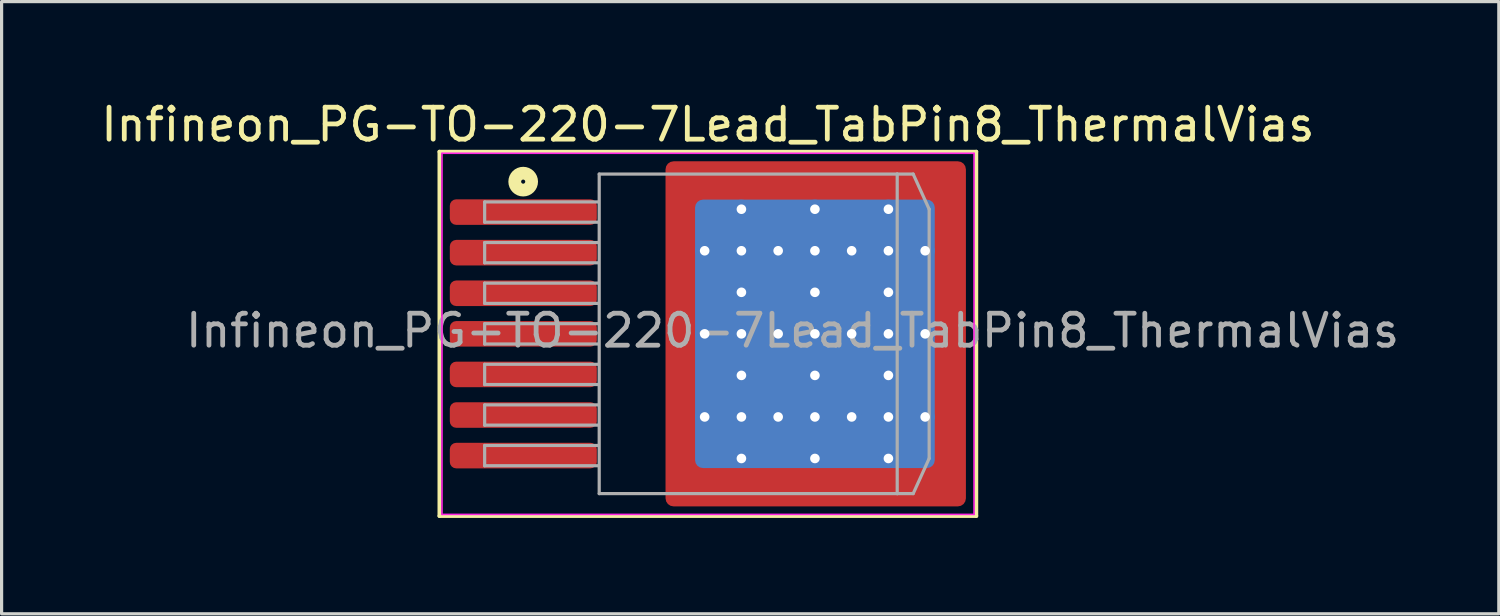
<source format=kicad_pcb>
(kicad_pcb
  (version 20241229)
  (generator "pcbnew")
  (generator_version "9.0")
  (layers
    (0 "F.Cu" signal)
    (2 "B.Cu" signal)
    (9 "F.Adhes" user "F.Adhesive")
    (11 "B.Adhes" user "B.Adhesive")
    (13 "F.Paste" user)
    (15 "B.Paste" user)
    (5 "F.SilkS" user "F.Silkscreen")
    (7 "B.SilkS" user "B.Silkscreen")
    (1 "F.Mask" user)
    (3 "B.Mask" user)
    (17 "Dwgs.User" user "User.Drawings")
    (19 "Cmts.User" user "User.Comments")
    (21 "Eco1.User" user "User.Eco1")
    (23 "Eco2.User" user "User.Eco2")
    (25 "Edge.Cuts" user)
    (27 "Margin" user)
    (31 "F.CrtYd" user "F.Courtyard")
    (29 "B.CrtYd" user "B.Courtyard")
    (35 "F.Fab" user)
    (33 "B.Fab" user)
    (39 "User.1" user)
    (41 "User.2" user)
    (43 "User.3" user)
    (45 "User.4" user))
  (footprint "Infineon_PG-TO-220-7Lead_TabPin8_ThermalVias"
    (layer "F.Cu")
    (at 19.101 7.397)
    (property "Reference" "Infineon_PG-TO-220-7Lead_TabPin8_ThermalVias" (at 0 -6.548 0) (layer "F.SilkS") (effects (font (size 1 1) (thickness 0.15))))
    (attr smd)
    (fp_line (start -8.4 -5.7) (end -8.4 5.7) (stroke (width 0.12) (type solid)) (layer "F.SilkS"))
    (fp_line (start -8.4 5.7) (end 8.4 5.7) (stroke (width 0.12) (type solid)) (layer "F.SilkS"))
    (fp_line (start 8.4 -5.7) (end -8.4 -5.7) (stroke (width 0.12) (type solid)) (layer "F.SilkS"))
    (fp_line (start 8.4 5.7) (end 8.4 -5.7) (stroke (width 0.12) (type solid)) (layer "F.SilkS"))
    (fp_circle (center -5.779 -4.763) (end -5.715 -4.763) (stroke (width 0.4) (type solid)) (fill no) (layer "F.SilkS"))
    (fp_line (start -8.32 -5.65) (end -8.32 5.65) (stroke (width 0.05) (type solid)) (layer "F.CrtYd"))
    (fp_line (start -8.32 -5.65) (end 8.33 -5.65) (stroke (width 0.05) (type solid)) (layer "F.CrtYd"))
    (fp_line (start 8.33 5.65) (end -8.32 5.65) (stroke (width 0.05) (type solid)) (layer "F.CrtYd"))
    (fp_line (start 8.33 5.65) (end 8.33 -5.65) (stroke (width 0.05) (type solid)) (layer "F.CrtYd"))
    (fp_line (start -6.985 -4.128) (end -6.985 -3.493) (stroke (width 0.1) (type solid)) (layer "F.Fab"))
    (fp_line (start -6.985 -4.128) (end -3.429 -4.128) (stroke (width 0.1) (type solid)) (layer "F.Fab"))
    (fp_line (start -6.985 -3.493) (end -3.429 -3.493) (stroke (width 0.1) (type solid)) (layer "F.Fab"))
    (fp_line (start -6.985 -2.857) (end -6.985 -2.223) (stroke (width 0.1) (type solid)) (layer "F.Fab"))
    (fp_line (start -6.985 -2.857) (end -3.429 -2.857) (stroke (width 0.1) (type solid)) (layer "F.Fab"))
    (fp_line (start -6.985 -2.223) (end -3.429 -2.223) (stroke (width 0.1) (type solid)) (layer "F.Fab"))
    (fp_line (start -6.985 -1.587) (end -6.985 -0.953) (stroke (width 0.1) (type solid)) (layer "F.Fab"))
    (fp_line (start -6.985 -1.587) (end -3.429 -1.587) (stroke (width 0.1) (type solid)) (layer "F.Fab"))
    (fp_line (start -6.985 -0.953) (end -3.429 -0.953) (stroke (width 0.1) (type solid)) (layer "F.Fab"))
    (fp_line (start -6.985 -0.318) (end -6.985 0.318) (stroke (width 0.1) (type solid)) (layer "F.Fab"))
    (fp_line (start -6.985 -0.318) (end -3.429 -0.318) (stroke (width 0.1) (type solid)) (layer "F.Fab"))
    (fp_line (start -6.985 0.318) (end -3.429 0.318) (stroke (width 0.1) (type solid)) (layer "F.Fab"))
    (fp_line (start -6.985 0.953) (end -6.985 1.587) (stroke (width 0.1) (type solid)) (layer "F.Fab"))
    (fp_line (start -6.985 0.953) (end -3.429 0.953) (stroke (width 0.1) (type solid)) (layer "F.Fab"))
    (fp_line (start -6.985 1.587) (end -3.429 1.587) (stroke (width 0.1) (type solid)) (layer "F.Fab"))
    (fp_line (start -6.985 2.223) (end -6.985 2.857) (stroke (width 0.1) (type solid)) (layer "F.Fab"))
    (fp_line (start -6.985 2.223) (end -3.429 2.223) (stroke (width 0.1) (type solid)) (layer "F.Fab"))
    (fp_line (start -6.985 2.857) (end -3.429 2.857) (stroke (width 0.1) (type solid)) (layer "F.Fab"))
    (fp_line (start -6.985 3.493) (end -6.985 4.128) (stroke (width 0.1) (type solid)) (layer "F.Fab"))
    (fp_line (start -6.985 3.493) (end -3.429 3.493) (stroke (width 0.1) (type solid)) (layer "F.Fab"))
    (fp_line (start -6.985 4.128) (end -3.429 4.128) (stroke (width 0.1) (type solid)) (layer "F.Fab"))
    (fp_line (start -3.4 -5) (end -3.4 5) (stroke (width 0.1) (type solid)) (layer "F.Fab"))
    (fp_line (start -3.4 -5) (end 5.925 -5) (stroke (width 0.1) (type solid)) (layer "F.Fab"))
    (fp_line (start -3.4 5) (end 5.925 5) (stroke (width 0.1) (type solid)) (layer "F.Fab"))
    (fp_line (start 5.925 -5) (end 5.925 5) (stroke (width 0.1) (type solid)) (layer "F.Fab"))
    (fp_line (start 5.925 -5) (end 6.425 -5) (stroke (width 0.1) (type solid)) (layer "F.Fab"))
    (fp_line (start 5.925 5) (end 6.425 5) (stroke (width 0.1) (type solid)) (layer "F.Fab"))
    (fp_line (start 6.425 -5) (end 6.925 -3.9) (stroke (width 0.1) (type solid)) (layer "F.Fab"))
    (fp_line (start 6.425 5) (end 6.925 3.9) (stroke (width 0.1) (type solid)) (layer "F.Fab"))
    (fp_line (start 6.925 -3.9) (end 6.925 3.9) (stroke (width 0.1) (type solid)) (layer "F.Fab"))
    (fp_text user "${REFERENCE}" (at 2.65 -0.1 0) (layer "F.Fab") (effects (font (size 1 1) (thickness 0.15))))
    (pad "" smd roundrect (at -0.1 -3.9) (size 2 2.3) (layers "F.Paste") (roundrect_rratio 0.125))
    (pad "" smd roundrect (at -0.1 -1.3) (size 2 2.3) (layers "F.Paste") (roundrect_rratio 0.125))
    (pad "" smd roundrect (at -0.1 1.3) (size 2 2.3) (layers "F.Paste") (roundrect_rratio 0.125))
    (pad "" smd roundrect (at -0.1 3.9) (size 2 2.3) (layers "F.Paste") (roundrect_rratio 0.125))
    (pad "" smd roundrect (at 2.2 -3.9) (size 2 2.3) (layers "F.Paste") (roundrect_rratio 0.125))
    (pad "" smd roundrect (at 2.2 -1.3) (size 2 2.3) (layers "F.Paste") (roundrect_rratio 0.125))
    (pad "" smd roundrect (at 2.2 1.3) (size 2 2.3) (layers "F.Paste") (roundrect_rratio 0.125))
    (pad "" smd roundrect (at 2.2 3.9) (size 2 2.3) (layers "F.Paste") (roundrect_rratio 0.125))
    (pad "" smd roundrect (at 4.5 -3.9) (size 2 2.3) (layers "F.Paste") (roundrect_rratio 0.125))
    (pad "" smd roundrect (at 4.5 -1.3) (size 2 2.3) (layers "F.Paste") (roundrect_rratio 0.125))
    (pad "" smd roundrect (at 4.5 1.3) (size 2 2.3) (layers "F.Paste") (roundrect_rratio 0.125))
    (pad "" smd roundrect (at 4.5 3.9) (size 2 2.3) (layers "F.Paste") (roundrect_rratio 0.125))
    (pad "" smd roundrect (at 6.8 -3.9) (size 2 2.3) (layers "F.Paste") (roundrect_rratio 0.125))
    (pad "" smd roundrect (at 6.8 -1.3) (size 2 2.3) (layers "F.Paste") (roundrect_rratio 0.125))
    (pad "" smd roundrect (at 6.8 1.3) (size 2 2.3) (layers "F.Paste") (roundrect_rratio 0.125))
    (pad "" smd roundrect (at 6.8 3.9) (size 2 2.3) (layers "F.Paste") (roundrect_rratio 0.125))
    (pad "1" smd roundrect (at -5.775 -3.81) (size 4.6 0.8) (layers "F.Cu" "F.Mask" "F.Paste") (roundrect_rratio 0.25))
    (pad "2" smd roundrect (at -5.775 -2.54) (size 4.6 0.8) (layers "F.Cu" "F.Mask" "F.Paste") (roundrect_rratio 0.25))
    (pad "3" smd roundrect (at -5.775 -1.27) (size 4.6 0.8) (layers "F.Cu" "F.Mask" "F.Paste") (roundrect_rratio 0.25))
    (pad "4" smd roundrect (at -5.775 0) (size 4.6 0.8) (layers "F.Cu" "F.Mask" "F.Paste") (roundrect_rratio 0.25))
    (pad "5" smd roundrect (at -5.775 1.27) (size 4.6 0.8) (layers "F.Cu" "F.Mask" "F.Paste") (roundrect_rratio 0.25))
    (pad "6" smd roundrect (at -5.775 2.54) (size 4.6 0.8) (layers "F.Cu" "F.Mask" "F.Paste") (roundrect_rratio 0.25))
    (pad "7" smd roundrect (at -5.775 3.81) (size 4.6 0.8) (layers "F.Cu" "F.Mask" "F.Paste") (roundrect_rratio 0.25))
    (pad "8" thru_hole circle (at -0.1 -2.6) (size 0.6 0.6) (drill 0.3) (property pad_prop_heatsink) (layers "*.Cu"))
    (pad "8" thru_hole circle (at -0.1 0) (size 0.6 0.6) (drill 0.3) (property pad_prop_heatsink) (layers "*.Cu"))
    (pad "8" thru_hole circle (at -0.1 2.6) (size 0.6 0.6) (drill 0.3) (property pad_prop_heatsink) (layers "*.Cu"))
    (pad "8" thru_hole circle (at 1.05 -3.9) (size 0.6 0.6) (drill 0.3) (property pad_prop_heatsink) (layers "*.Cu"))
    (pad "8" thru_hole circle (at 1.05 -2.6) (size 0.6 0.6) (drill 0.3) (property pad_prop_heatsink) (layers "*.Cu"))
    (pad "8" thru_hole circle (at 1.05 -1.3) (size 0.6 0.6) (drill 0.3) (property pad_prop_heatsink) (layers "*.Cu"))
    (pad "8" thru_hole circle (at 1.05 0) (size 0.6 0.6) (drill 0.3) (property pad_prop_heatsink) (layers "*.Cu"))
    (pad "8" thru_hole circle (at 1.05 1.3) (size 0.6 0.6) (drill 0.3) (property pad_prop_heatsink) (layers "*.Cu"))
    (pad "8" thru_hole circle (at 1.05 2.6) (size 0.6 0.6) (drill 0.3) (property pad_prop_heatsink) (layers "*.Cu"))
    (pad "8" thru_hole circle (at 1.05 3.9) (size 0.6 0.6) (drill 0.3) (property pad_prop_heatsink) (layers "*.Cu"))
    (pad "8" thru_hole circle (at 2.2 -2.6) (size 0.6 0.6) (drill 0.3) (property pad_prop_heatsink) (layers "*.Cu"))
    (pad "8" thru_hole circle (at 2.2 0) (size 0.6 0.6) (drill 0.3) (property pad_prop_heatsink) (layers "*.Cu"))
    (pad "8" thru_hole circle (at 2.2 2.6) (size 0.6 0.6) (drill 0.3) (property pad_prop_heatsink) (layers "*.Cu"))
    (pad "8" thru_hole circle (at 3.35 -3.9) (size 0.6 0.6) (drill 0.3) (property pad_prop_heatsink) (layers "*.Cu"))
    (pad "8" thru_hole circle (at 3.35 -2.6) (size 0.6 0.6) (drill 0.3) (property pad_prop_heatsink) (layers "*.Cu"))
    (pad "8" thru_hole circle (at 3.35 -1.3) (size 0.6 0.6) (drill 0.3) (property pad_prop_heatsink) (layers "*.Cu"))
    (pad "8" thru_hole circle (at 3.35 0) (size 0.6 0.6) (drill 0.3) (property pad_prop_heatsink) (layers "*.Cu"))
    (pad "8" smd roundrect (at 3.35 0) (size 7.5 8.4) (layers "B.Cu" "B.Mask") (roundrect_rratio 0.033))
    (pad "8" thru_hole circle (at 3.35 1.3) (size 0.6 0.6) (drill 0.3) (property pad_prop_heatsink) (layers "*.Cu"))
    (pad "8" thru_hole circle (at 3.35 2.6) (size 0.6 0.6) (drill 0.3) (property pad_prop_heatsink) (layers "*.Cu"))
    (pad "8" thru_hole circle (at 3.35 3.9) (size 0.6 0.6) (drill 0.3) (property pad_prop_heatsink) (layers "*.Cu"))
    (pad "8" smd roundrect (at 3.375 0) (size 9.4 10.8) (layers "F.Cu" "F.Mask") (roundrect_rratio 0.027))
    (pad "8" thru_hole circle (at 4.5 -2.6) (size 0.6 0.6) (drill 0.3) (property pad_prop_heatsink) (layers "*.Cu"))
    (pad "8" thru_hole circle (at 4.5 0) (size 0.6 0.6) (drill 0.3) (property pad_prop_heatsink) (layers "*.Cu"))
    (pad "8" thru_hole circle (at 4.5 2.6) (size 0.6 0.6) (drill 0.3) (property pad_prop_heatsink) (layers "*.Cu"))
    (pad "8" thru_hole circle (at 5.65 -3.9) (size 0.6 0.6) (drill 0.3) (property pad_prop_heatsink) (layers "*.Cu"))
    (pad "8" thru_hole circle (at 5.65 -2.6) (size 0.6 0.6) (drill 0.3) (property pad_prop_heatsink) (layers "*.Cu"))
    (pad "8" thru_hole circle (at 5.65 -1.3) (size 0.6 0.6) (drill 0.3) (property pad_prop_heatsink) (layers "*.Cu"))
    (pad "8" thru_hole circle (at 5.65 0) (size 0.6 0.6) (drill 0.3) (property pad_prop_heatsink) (layers "*.Cu"))
    (pad "8" thru_hole circle (at 5.65 1.3) (size 0.6 0.6) (drill 0.3) (property pad_prop_heatsink) (layers "*.Cu"))
    (pad "8" thru_hole circle (at 5.65 2.6) (size 0.6 0.6) (drill 0.3) (property pad_prop_heatsink) (layers "*.Cu"))
    (pad "8" thru_hole circle (at 5.65 3.9) (size 0.6 0.6) (drill 0.3) (property pad_prop_heatsink) (layers "*.Cu"))
    (pad "8" thru_hole circle (at 6.8 -2.6) (size 0.6 0.6) (drill 0.3) (property pad_prop_heatsink) (layers "*.Cu"))
    (pad "8" thru_hole circle (at 6.8 0) (size 0.6 0.6) (drill 0.3) (property pad_prop_heatsink) (layers "*.Cu"))
    (pad "8" thru_hole circle (at 6.8 2.6) (size 0.6 0.6) (drill 0.3) (property pad_prop_heatsink) (layers "*.Cu")))
  (gr_rect
    (start -3 -3)
    (end 43.852 16.157)
    (stroke (width 0.1) (type default))
    (fill no)
    (layer "Edge.Cuts")))
</source>
